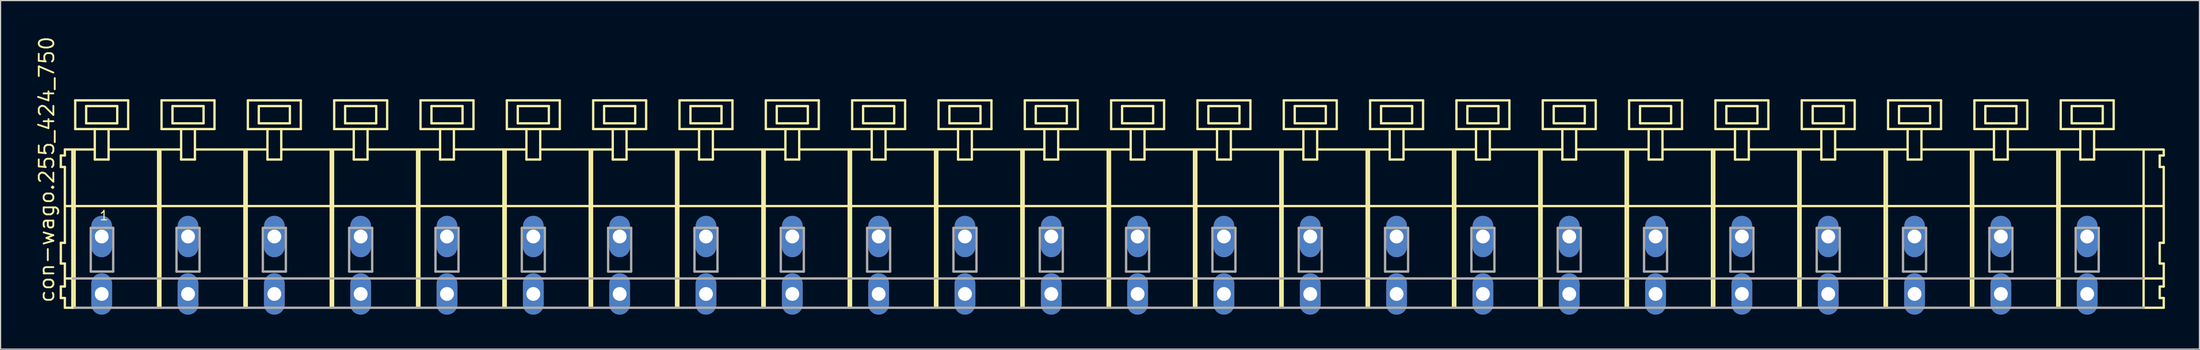
<source format=kicad_pcb>
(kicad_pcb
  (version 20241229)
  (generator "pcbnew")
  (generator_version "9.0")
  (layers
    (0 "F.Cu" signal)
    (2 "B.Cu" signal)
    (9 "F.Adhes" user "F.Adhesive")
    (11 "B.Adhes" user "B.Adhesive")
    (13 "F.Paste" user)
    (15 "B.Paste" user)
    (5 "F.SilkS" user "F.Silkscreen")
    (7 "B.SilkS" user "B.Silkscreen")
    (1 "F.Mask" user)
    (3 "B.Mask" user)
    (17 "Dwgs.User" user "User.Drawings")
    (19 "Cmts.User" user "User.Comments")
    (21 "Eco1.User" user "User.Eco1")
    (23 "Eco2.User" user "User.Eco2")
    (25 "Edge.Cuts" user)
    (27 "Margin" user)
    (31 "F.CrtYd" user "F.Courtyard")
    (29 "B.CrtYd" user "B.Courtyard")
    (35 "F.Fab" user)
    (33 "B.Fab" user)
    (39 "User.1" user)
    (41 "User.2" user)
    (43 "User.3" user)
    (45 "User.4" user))
  (footprint "con-wago.255_424_750"
    (layer "F.Cu")
    (at 93.285 17.533)
    (property "Reference" "con-wago.255_424_750" (at -91.535 5.855 90) (layer "F.SilkS") (effects (font (size 1.27 1.27) (thickness 0.16)) (justify left bottom)))
    (attr through_hole)
    (fp_line (start -91.05 -7.05) (end -91.05 -6.05) (stroke (width 0.203) (type default)) (layer "F.SilkS"))
    (fp_line (start -91.05 -6.05) (end -90.7 -6.05) (stroke (width 0.203) (type default)) (layer "F.SilkS"))
    (fp_line (start -91.05 0.55) (end -91.05 2.35) (stroke (width 0.203) (type default)) (layer "F.SilkS"))
    (fp_line (start -91.05 2.35) (end -90.7 2.35) (stroke (width 0.203) (type default)) (layer "F.SilkS"))
    (fp_line (start -91.05 4.35) (end -91.05 5.35) (stroke (width 0.203) (type default)) (layer "F.SilkS"))
    (fp_line (start -91.05 5.35) (end -90.7 5.35) (stroke (width 0.203) (type default)) (layer "F.SilkS"))
    (fp_line (start -90.7 -7.575) (end -90.7 -7.05) (stroke (width 0.203) (type default)) (layer "F.SilkS"))
    (fp_line (start -90.7 -7.575) (end -88.125 -7.575) (stroke (width 0.203) (type default)) (layer "F.SilkS"))
    (fp_line (start -90.7 -7.05) (end -91.05 -7.05) (stroke (width 0.203) (type default)) (layer "F.SilkS"))
    (fp_line (start -90.7 -6.05) (end -90.7 0.55) (stroke (width 0.203) (type default)) (layer "F.SilkS"))
    (fp_line (start -90.7 0.55) (end -91.05 0.55) (stroke (width 0.203) (type default)) (layer "F.SilkS"))
    (fp_line (start -90.7 2.35) (end -90.7 4.35) (stroke (width 0.203) (type default)) (layer "F.SilkS"))
    (fp_line (start -90.7 3.65) (end -90 3.65) (stroke (width 0.203) (type default)) (layer "F.SilkS"))
    (fp_line (start -90.7 4.35) (end -91.05 4.35) (stroke (width 0.203) (type default)) (layer "F.SilkS"))
    (fp_line (start -90.7 5.35) (end -90.7 6.2) (stroke (width 0.203) (type default)) (layer "F.SilkS"))
    (fp_line (start -90.7 6.2) (end -90.05 6.2) (stroke (width 0.203) (type default)) (layer "F.SilkS"))
    (fp_line (start -90.65 -2.65) (end 91.6 -2.65) (stroke (width 0.203) (type default)) (layer "F.SilkS"))
    (fp_line (start -90.05 -7.55) (end -90.05 6.2) (stroke (width 0.203) (type default)) (layer "F.SilkS"))
    (fp_line (start -90.05 6.2) (end -89.85 6.2) (stroke (width 0.203) (type default)) (layer "F.SilkS"))
    (fp_line (start -89.85 -7.55) (end -89.85 6.2) (stroke (width 0.203) (type default)) (layer "F.SilkS"))
    (fp_line (start -89.8 -11.85) (end -89.8 -9.35) (stroke (width 0.203) (type default)) (layer "F.SilkS"))
    (fp_line (start -89.8 -9.35) (end -88.1 -9.35) (stroke (width 0.203) (type default)) (layer "F.SilkS"))
    (fp_line (start -88.85 -11.35) (end -88.85 -9.85) (stroke (width 0.203) (type default)) (layer "F.SilkS"))
    (fp_line (start -88.85 -9.85) (end -86.15 -9.85) (stroke (width 0.203) (type default)) (layer "F.SilkS"))
    (fp_line (start -88.1 -9.35) (end -88.1 -6.7) (stroke (width 0.203) (type default)) (layer "F.SilkS"))
    (fp_line (start -88.1 -9.35) (end -86.9 -9.35) (stroke (width 0.203) (type default)) (layer "F.SilkS"))
    (fp_line (start -88.1 -6.7) (end -86.9 -6.7) (stroke (width 0.203) (type default)) (layer "F.SilkS"))
    (fp_line (start -86.9 -9.35) (end -85.2 -9.35) (stroke (width 0.203) (type default)) (layer "F.SilkS"))
    (fp_line (start -86.9 -6.7) (end -86.9 -9.35) (stroke (width 0.203) (type default)) (layer "F.SilkS"))
    (fp_line (start -86.825 -7.575) (end -80.625 -7.575) (stroke (width 0.203) (type default)) (layer "F.SilkS"))
    (fp_line (start -86.15 -11.35) (end -88.85 -11.35) (stroke (width 0.203) (type default)) (layer "F.SilkS"))
    (fp_line (start -86.15 -9.85) (end -86.15 -11.35) (stroke (width 0.203) (type default)) (layer "F.SilkS"))
    (fp_line (start -85.2 -11.85) (end -89.8 -11.85) (stroke (width 0.203) (type default)) (layer "F.SilkS"))
    (fp_line (start -85.2 -9.35) (end -85.2 -11.85) (stroke (width 0.203) (type default)) (layer "F.SilkS"))
    (fp_line (start -82.6 -7.55) (end -82.6 6.2) (stroke (width 0.203) (type default)) (layer "F.SilkS"))
    (fp_line (start -82.4 -7.55) (end -82.4 6.2) (stroke (width 0.203) (type default)) (layer "F.SilkS"))
    (fp_line (start -82.3 -11.85) (end -82.3 -9.35) (stroke (width 0.203) (type default)) (layer "F.SilkS"))
    (fp_line (start -82.3 -9.35) (end -80.6 -9.35) (stroke (width 0.203) (type default)) (layer "F.SilkS"))
    (fp_line (start -81.35 -11.35) (end -81.35 -9.85) (stroke (width 0.203) (type default)) (layer "F.SilkS"))
    (fp_line (start -81.35 -9.85) (end -78.65 -9.85) (stroke (width 0.203) (type default)) (layer "F.SilkS"))
    (fp_line (start -80.6 -9.35) (end -80.6 -6.7) (stroke (width 0.203) (type default)) (layer "F.SilkS"))
    (fp_line (start -80.6 -9.35) (end -79.4 -9.35) (stroke (width 0.203) (type default)) (layer "F.SilkS"))
    (fp_line (start -80.6 -6.7) (end -79.4 -6.7) (stroke (width 0.203) (type default)) (layer "F.SilkS"))
    (fp_line (start -79.4 -9.35) (end -77.7 -9.35) (stroke (width 0.203) (type default)) (layer "F.SilkS"))
    (fp_line (start -79.4 -6.7) (end -79.4 -9.35) (stroke (width 0.203) (type default)) (layer "F.SilkS"))
    (fp_line (start -79.325 -7.575) (end -73.125 -7.575) (stroke (width 0.203) (type default)) (layer "F.SilkS"))
    (fp_line (start -78.65 -11.35) (end -81.35 -11.35) (stroke (width 0.203) (type default)) (layer "F.SilkS"))
    (fp_line (start -78.65 -9.85) (end -78.65 -11.35) (stroke (width 0.203) (type default)) (layer "F.SilkS"))
    (fp_line (start -77.7 -11.85) (end -82.3 -11.85) (stroke (width 0.203) (type default)) (layer "F.SilkS"))
    (fp_line (start -77.7 -9.35) (end -77.7 -11.85) (stroke (width 0.203) (type default)) (layer "F.SilkS"))
    (fp_line (start -75.1 -7.55) (end -75.1 6.2) (stroke (width 0.203) (type default)) (layer "F.SilkS"))
    (fp_line (start -74.9 -7.55) (end -74.9 6.2) (stroke (width 0.203) (type default)) (layer "F.SilkS"))
    (fp_line (start -74.8 -11.85) (end -74.8 -9.35) (stroke (width 0.203) (type default)) (layer "F.SilkS"))
    (fp_line (start -74.8 -9.35) (end -73.1 -9.35) (stroke (width 0.203) (type default)) (layer "F.SilkS"))
    (fp_line (start -73.85 -11.35) (end -73.85 -9.85) (stroke (width 0.203) (type default)) (layer "F.SilkS"))
    (fp_line (start -73.85 -9.85) (end -71.15 -9.85) (stroke (width 0.203) (type default)) (layer "F.SilkS"))
    (fp_line (start -73.1 -9.35) (end -73.1 -6.7) (stroke (width 0.203) (type default)) (layer "F.SilkS"))
    (fp_line (start -73.1 -9.35) (end -71.9 -9.35) (stroke (width 0.203) (type default)) (layer "F.SilkS"))
    (fp_line (start -73.1 -6.7) (end -71.9 -6.7) (stroke (width 0.203) (type default)) (layer "F.SilkS"))
    (fp_line (start -71.9 -9.35) (end -70.2 -9.35) (stroke (width 0.203) (type default)) (layer "F.SilkS"))
    (fp_line (start -71.9 -6.7) (end -71.9 -9.35) (stroke (width 0.203) (type default)) (layer "F.SilkS"))
    (fp_line (start -71.825 -7.575) (end -65.625 -7.575) (stroke (width 0.203) (type default)) (layer "F.SilkS"))
    (fp_line (start -71.15 -11.35) (end -73.85 -11.35) (stroke (width 0.203) (type default)) (layer "F.SilkS"))
    (fp_line (start -71.15 -9.85) (end -71.15 -11.35) (stroke (width 0.203) (type default)) (layer "F.SilkS"))
    (fp_line (start -70.2 -11.85) (end -74.8 -11.85) (stroke (width 0.203) (type default)) (layer "F.SilkS"))
    (fp_line (start -70.2 -9.35) (end -70.2 -11.85) (stroke (width 0.203) (type default)) (layer "F.SilkS"))
    (fp_line (start -67.6 -7.55) (end -67.6 6.2) (stroke (width 0.203) (type default)) (layer "F.SilkS"))
    (fp_line (start -67.4 -7.55) (end -67.4 6.2) (stroke (width 0.203) (type default)) (layer "F.SilkS"))
    (fp_line (start -67.3 -11.85) (end -67.3 -9.35) (stroke (width 0.203) (type default)) (layer "F.SilkS"))
    (fp_line (start -67.3 -9.35) (end -65.6 -9.35) (stroke (width 0.203) (type default)) (layer "F.SilkS"))
    (fp_line (start -66.35 -11.35) (end -66.35 -9.85) (stroke (width 0.203) (type default)) (layer "F.SilkS"))
    (fp_line (start -66.35 -9.85) (end -63.65 -9.85) (stroke (width 0.203) (type default)) (layer "F.SilkS"))
    (fp_line (start -65.6 -9.35) (end -65.6 -6.7) (stroke (width 0.203) (type default)) (layer "F.SilkS"))
    (fp_line (start -65.6 -9.35) (end -64.4 -9.35) (stroke (width 0.203) (type default)) (layer "F.SilkS"))
    (fp_line (start -65.6 -6.7) (end -64.4 -6.7) (stroke (width 0.203) (type default)) (layer "F.SilkS"))
    (fp_line (start -64.4 -9.35) (end -62.7 -9.35) (stroke (width 0.203) (type default)) (layer "F.SilkS"))
    (fp_line (start -64.4 -6.7) (end -64.4 -9.35) (stroke (width 0.203) (type default)) (layer "F.SilkS"))
    (fp_line (start -64.325 -7.575) (end -58.125 -7.575) (stroke (width 0.203) (type default)) (layer "F.SilkS"))
    (fp_line (start -63.65 -11.35) (end -66.35 -11.35) (stroke (width 0.203) (type default)) (layer "F.SilkS"))
    (fp_line (start -63.65 -9.85) (end -63.65 -11.35) (stroke (width 0.203) (type default)) (layer "F.SilkS"))
    (fp_line (start -62.7 -11.85) (end -67.3 -11.85) (stroke (width 0.203) (type default)) (layer "F.SilkS"))
    (fp_line (start -62.7 -9.35) (end -62.7 -11.85) (stroke (width 0.203) (type default)) (layer "F.SilkS"))
    (fp_line (start -60.1 -7.55) (end -60.1 6.2) (stroke (width 0.203) (type default)) (layer "F.SilkS"))
    (fp_line (start -59.9 -7.55) (end -59.9 6.2) (stroke (width 0.203) (type default)) (layer "F.SilkS"))
    (fp_line (start -59.8 -11.85) (end -59.8 -9.35) (stroke (width 0.203) (type default)) (layer "F.SilkS"))
    (fp_line (start -59.8 -9.35) (end -58.1 -9.35) (stroke (width 0.203) (type default)) (layer "F.SilkS"))
    (fp_line (start -58.85 -11.35) (end -58.85 -9.85) (stroke (width 0.203) (type default)) (layer "F.SilkS"))
    (fp_line (start -58.85 -9.85) (end -56.15 -9.85) (stroke (width 0.203) (type default)) (layer "F.SilkS"))
    (fp_line (start -58.1 -9.35) (end -58.1 -6.7) (stroke (width 0.203) (type default)) (layer "F.SilkS"))
    (fp_line (start -58.1 -9.35) (end -56.9 -9.35) (stroke (width 0.203) (type default)) (layer "F.SilkS"))
    (fp_line (start -58.1 -6.7) (end -56.9 -6.7) (stroke (width 0.203) (type default)) (layer "F.SilkS"))
    (fp_line (start -56.9 -9.35) (end -55.2 -9.35) (stroke (width 0.203) (type default)) (layer "F.SilkS"))
    (fp_line (start -56.9 -6.7) (end -56.9 -9.35) (stroke (width 0.203) (type default)) (layer "F.SilkS"))
    (fp_line (start -56.825 -7.575) (end -50.625 -7.575) (stroke (width 0.203) (type default)) (layer "F.SilkS"))
    (fp_line (start -56.15 -11.35) (end -58.85 -11.35) (stroke (width 0.203) (type default)) (layer "F.SilkS"))
    (fp_line (start -56.15 -9.85) (end -56.15 -11.35) (stroke (width 0.203) (type default)) (layer "F.SilkS"))
    (fp_line (start -55.2 -11.85) (end -59.8 -11.85) (stroke (width 0.203) (type default)) (layer "F.SilkS"))
    (fp_line (start -55.2 -9.35) (end -55.2 -11.85) (stroke (width 0.203) (type default)) (layer "F.SilkS"))
    (fp_line (start -52.6 -7.55) (end -52.6 6.2) (stroke (width 0.203) (type default)) (layer "F.SilkS"))
    (fp_line (start -52.4 -7.55) (end -52.4 6.2) (stroke (width 0.203) (type default)) (layer "F.SilkS"))
    (fp_line (start -52.3 -11.85) (end -52.3 -9.35) (stroke (width 0.203) (type default)) (layer "F.SilkS"))
    (fp_line (start -52.3 -9.35) (end -50.6 -9.35) (stroke (width 0.203) (type default)) (layer "F.SilkS"))
    (fp_line (start -51.35 -11.35) (end -51.35 -9.85) (stroke (width 0.203) (type default)) (layer "F.SilkS"))
    (fp_line (start -51.35 -9.85) (end -48.65 -9.85) (stroke (width 0.203) (type default)) (layer "F.SilkS"))
    (fp_line (start -50.6 -9.35) (end -50.6 -6.7) (stroke (width 0.203) (type default)) (layer "F.SilkS"))
    (fp_line (start -50.6 -9.35) (end -49.4 -9.35) (stroke (width 0.203) (type default)) (layer "F.SilkS"))
    (fp_line (start -50.6 -6.7) (end -49.4 -6.7) (stroke (width 0.203) (type default)) (layer "F.SilkS"))
    (fp_line (start -49.4 -9.35) (end -47.7 -9.35) (stroke (width 0.203) (type default)) (layer "F.SilkS"))
    (fp_line (start -49.4 -6.7) (end -49.4 -9.35) (stroke (width 0.203) (type default)) (layer "F.SilkS"))
    (fp_line (start -49.325 -7.575) (end -43.125 -7.575) (stroke (width 0.203) (type default)) (layer "F.SilkS"))
    (fp_line (start -48.65 -11.35) (end -51.35 -11.35) (stroke (width 0.203) (type default)) (layer "F.SilkS"))
    (fp_line (start -48.65 -9.85) (end -48.65 -11.35) (stroke (width 0.203) (type default)) (layer "F.SilkS"))
    (fp_line (start -47.7 -11.85) (end -52.3 -11.85) (stroke (width 0.203) (type default)) (layer "F.SilkS"))
    (fp_line (start -47.7 -9.35) (end -47.7 -11.85) (stroke (width 0.203) (type default)) (layer "F.SilkS"))
    (fp_line (start -45.1 -7.55) (end -45.1 6.2) (stroke (width 0.203) (type default)) (layer "F.SilkS"))
    (fp_line (start -44.9 -7.55) (end -44.9 6.2) (stroke (width 0.203) (type default)) (layer "F.SilkS"))
    (fp_line (start -44.8 -11.85) (end -44.8 -9.35) (stroke (width 0.203) (type default)) (layer "F.SilkS"))
    (fp_line (start -44.8 -9.35) (end -43.1 -9.35) (stroke (width 0.203) (type default)) (layer "F.SilkS"))
    (fp_line (start -43.85 -11.35) (end -43.85 -9.85) (stroke (width 0.203) (type default)) (layer "F.SilkS"))
    (fp_line (start -43.85 -9.85) (end -41.15 -9.85) (stroke (width 0.203) (type default)) (layer "F.SilkS"))
    (fp_line (start -43.1 -9.35) (end -43.1 -6.7) (stroke (width 0.203) (type default)) (layer "F.SilkS"))
    (fp_line (start -43.1 -9.35) (end -41.9 -9.35) (stroke (width 0.203) (type default)) (layer "F.SilkS"))
    (fp_line (start -43.1 -6.7) (end -41.9 -6.7) (stroke (width 0.203) (type default)) (layer "F.SilkS"))
    (fp_line (start -41.9 -9.35) (end -40.2 -9.35) (stroke (width 0.203) (type default)) (layer "F.SilkS"))
    (fp_line (start -41.9 -6.7) (end -41.9 -9.35) (stroke (width 0.203) (type default)) (layer "F.SilkS"))
    (fp_line (start -41.825 -7.575) (end -35.625 -7.575) (stroke (width 0.203) (type default)) (layer "F.SilkS"))
    (fp_line (start -41.15 -11.35) (end -43.85 -11.35) (stroke (width 0.203) (type default)) (layer "F.SilkS"))
    (fp_line (start -41.15 -9.85) (end -41.15 -11.35) (stroke (width 0.203) (type default)) (layer "F.SilkS"))
    (fp_line (start -40.2 -11.85) (end -44.8 -11.85) (stroke (width 0.203) (type default)) (layer "F.SilkS"))
    (fp_line (start -40.2 -9.35) (end -40.2 -11.85) (stroke (width 0.203) (type default)) (layer "F.SilkS"))
    (fp_line (start -37.6 -7.55) (end -37.6 6.2) (stroke (width 0.203) (type default)) (layer "F.SilkS"))
    (fp_line (start -37.4 -7.55) (end -37.4 6.2) (stroke (width 0.203) (type default)) (layer "F.SilkS"))
    (fp_line (start -37.3 -11.85) (end -37.3 -9.35) (stroke (width 0.203) (type default)) (layer "F.SilkS"))
    (fp_line (start -37.3 -9.35) (end -35.6 -9.35) (stroke (width 0.203) (type default)) (layer "F.SilkS"))
    (fp_line (start -36.35 -11.35) (end -36.35 -9.85) (stroke (width 0.203) (type default)) (layer "F.SilkS"))
    (fp_line (start -36.35 -9.85) (end -33.65 -9.85) (stroke (width 0.203) (type default)) (layer "F.SilkS"))
    (fp_line (start -35.6 -9.35) (end -35.6 -6.7) (stroke (width 0.203) (type default)) (layer "F.SilkS"))
    (fp_line (start -35.6 -9.35) (end -34.4 -9.35) (stroke (width 0.203) (type default)) (layer "F.SilkS"))
    (fp_line (start -35.6 -6.7) (end -34.4 -6.7) (stroke (width 0.203) (type default)) (layer "F.SilkS"))
    (fp_line (start -34.4 -9.35) (end -32.7 -9.35) (stroke (width 0.203) (type default)) (layer "F.SilkS"))
    (fp_line (start -34.4 -6.7) (end -34.4 -9.35) (stroke (width 0.203) (type default)) (layer "F.SilkS"))
    (fp_line (start -34.325 -7.575) (end -28.125 -7.575) (stroke (width 0.203) (type default)) (layer "F.SilkS"))
    (fp_line (start -33.65 -11.35) (end -36.35 -11.35) (stroke (width 0.203) (type default)) (layer "F.SilkS"))
    (fp_line (start -33.65 -9.85) (end -33.65 -11.35) (stroke (width 0.203) (type default)) (layer "F.SilkS"))
    (fp_line (start -32.7 -11.85) (end -37.3 -11.85) (stroke (width 0.203) (type default)) (layer "F.SilkS"))
    (fp_line (start -32.7 -9.35) (end -32.7 -11.85) (stroke (width 0.203) (type default)) (layer "F.SilkS"))
    (fp_line (start -30.1 -7.55) (end -30.1 6.2) (stroke (width 0.203) (type default)) (layer "F.SilkS"))
    (fp_line (start -29.9 -7.55) (end -29.9 6.2) (stroke (width 0.203) (type default)) (layer "F.SilkS"))
    (fp_line (start -29.8 -11.85) (end -29.8 -9.35) (stroke (width 0.203) (type default)) (layer "F.SilkS"))
    (fp_line (start -29.8 -9.35) (end -28.1 -9.35) (stroke (width 0.203) (type default)) (layer "F.SilkS"))
    (fp_line (start -28.85 -11.35) (end -28.85 -9.85) (stroke (width 0.203) (type default)) (layer "F.SilkS"))
    (fp_line (start -28.85 -9.85) (end -26.15 -9.85) (stroke (width 0.203) (type default)) (layer "F.SilkS"))
    (fp_line (start -28.1 -9.35) (end -28.1 -6.7) (stroke (width 0.203) (type default)) (layer "F.SilkS"))
    (fp_line (start -28.1 -9.35) (end -26.9 -9.35) (stroke (width 0.203) (type default)) (layer "F.SilkS"))
    (fp_line (start -28.1 -6.7) (end -26.9 -6.7) (stroke (width 0.203) (type default)) (layer "F.SilkS"))
    (fp_line (start -26.9 -9.35) (end -25.2 -9.35) (stroke (width 0.203) (type default)) (layer "F.SilkS"))
    (fp_line (start -26.9 -6.7) (end -26.9 -9.35) (stroke (width 0.203) (type default)) (layer "F.SilkS"))
    (fp_line (start -26.825 -7.575) (end -20.625 -7.575) (stroke (width 0.203) (type default)) (layer "F.SilkS"))
    (fp_line (start -26.15 -11.35) (end -28.85 -11.35) (stroke (width 0.203) (type default)) (layer "F.SilkS"))
    (fp_line (start -26.15 -9.85) (end -26.15 -11.35) (stroke (width 0.203) (type default)) (layer "F.SilkS"))
    (fp_line (start -25.2 -11.85) (end -29.8 -11.85) (stroke (width 0.203) (type default)) (layer "F.SilkS"))
    (fp_line (start -25.2 -9.35) (end -25.2 -11.85) (stroke (width 0.203) (type default)) (layer "F.SilkS"))
    (fp_line (start -22.6 -7.55) (end -22.6 6.2) (stroke (width 0.203) (type default)) (layer "F.SilkS"))
    (fp_line (start -22.4 -7.55) (end -22.4 6.2) (stroke (width 0.203) (type default)) (layer "F.SilkS"))
    (fp_line (start -22.3 -11.85) (end -22.3 -9.35) (stroke (width 0.203) (type default)) (layer "F.SilkS"))
    (fp_line (start -22.3 -9.35) (end -20.6 -9.35) (stroke (width 0.203) (type default)) (layer "F.SilkS"))
    (fp_line (start -21.35 -11.35) (end -21.35 -9.85) (stroke (width 0.203) (type default)) (layer "F.SilkS"))
    (fp_line (start -21.35 -9.85) (end -18.65 -9.85) (stroke (width 0.203) (type default)) (layer "F.SilkS"))
    (fp_line (start -20.6 -9.35) (end -20.6 -6.7) (stroke (width 0.203) (type default)) (layer "F.SilkS"))
    (fp_line (start -20.6 -9.35) (end -19.4 -9.35) (stroke (width 0.203) (type default)) (layer "F.SilkS"))
    (fp_line (start -20.6 -6.7) (end -19.4 -6.7) (stroke (width 0.203) (type default)) (layer "F.SilkS"))
    (fp_line (start -19.4 -9.35) (end -17.7 -9.35) (stroke (width 0.203) (type default)) (layer "F.SilkS"))
    (fp_line (start -19.4 -6.7) (end -19.4 -9.35) (stroke (width 0.203) (type default)) (layer "F.SilkS"))
    (fp_line (start -19.325 -7.575) (end -13.125 -7.575) (stroke (width 0.203) (type default)) (layer "F.SilkS"))
    (fp_line (start -18.65 -11.35) (end -21.35 -11.35) (stroke (width 0.203) (type default)) (layer "F.SilkS"))
    (fp_line (start -18.65 -9.85) (end -18.65 -11.35) (stroke (width 0.203) (type default)) (layer "F.SilkS"))
    (fp_line (start -17.7 -11.85) (end -22.3 -11.85) (stroke (width 0.203) (type default)) (layer "F.SilkS"))
    (fp_line (start -17.7 -9.35) (end -17.7 -11.85) (stroke (width 0.203) (type default)) (layer "F.SilkS"))
    (fp_line (start -15.1 -7.55) (end -15.1 6.2) (stroke (width 0.203) (type default)) (layer "F.SilkS"))
    (fp_line (start -14.9 -7.55) (end -14.9 6.2) (stroke (width 0.203) (type default)) (layer "F.SilkS"))
    (fp_line (start -14.8 -11.85) (end -14.8 -9.35) (stroke (width 0.203) (type default)) (layer "F.SilkS"))
    (fp_line (start -14.8 -9.35) (end -13.1 -9.35) (stroke (width 0.203) (type default)) (layer "F.SilkS"))
    (fp_line (start -13.85 -11.35) (end -13.85 -9.85) (stroke (width 0.203) (type default)) (layer "F.SilkS"))
    (fp_line (start -13.85 -9.85) (end -11.15 -9.85) (stroke (width 0.203) (type default)) (layer "F.SilkS"))
    (fp_line (start -13.1 -9.35) (end -13.1 -6.7) (stroke (width 0.203) (type default)) (layer "F.SilkS"))
    (fp_line (start -13.1 -9.35) (end -11.9 -9.35) (stroke (width 0.203) (type default)) (layer "F.SilkS"))
    (fp_line (start -13.1 -6.7) (end -11.9 -6.7) (stroke (width 0.203) (type default)) (layer "F.SilkS"))
    (fp_line (start -11.9 -9.35) (end -10.2 -9.35) (stroke (width 0.203) (type default)) (layer "F.SilkS"))
    (fp_line (start -11.9 -6.7) (end -11.9 -9.35) (stroke (width 0.203) (type default)) (layer "F.SilkS"))
    (fp_line (start -11.825 -7.575) (end -5.625 -7.575) (stroke (width 0.203) (type default)) (layer "F.SilkS"))
    (fp_line (start -11.15 -11.35) (end -13.85 -11.35) (stroke (width 0.203) (type default)) (layer "F.SilkS"))
    (fp_line (start -11.15 -9.85) (end -11.15 -11.35) (stroke (width 0.203) (type default)) (layer "F.SilkS"))
    (fp_line (start -10.2 -11.85) (end -14.8 -11.85) (stroke (width 0.203) (type default)) (layer "F.SilkS"))
    (fp_line (start -10.2 -9.35) (end -10.2 -11.85) (stroke (width 0.203) (type default)) (layer "F.SilkS"))
    (fp_line (start -7.6 -7.55) (end -7.6 6.2) (stroke (width 0.203) (type default)) (layer "F.SilkS"))
    (fp_line (start -7.4 -7.55) (end -7.4 6.2) (stroke (width 0.203) (type default)) (layer "F.SilkS"))
    (fp_line (start -7.3 -11.85) (end -7.3 -9.35) (stroke (width 0.203) (type default)) (layer "F.SilkS"))
    (fp_line (start -7.3 -9.35) (end -5.6 -9.35) (stroke (width 0.203) (type default)) (layer "F.SilkS"))
    (fp_line (start -6.35 -11.35) (end -6.35 -9.85) (stroke (width 0.203) (type default)) (layer "F.SilkS"))
    (fp_line (start -6.35 -9.85) (end -3.65 -9.85) (stroke (width 0.203) (type default)) (layer "F.SilkS"))
    (fp_line (start -5.6 -9.35) (end -5.6 -6.7) (stroke (width 0.203) (type default)) (layer "F.SilkS"))
    (fp_line (start -5.6 -9.35) (end -4.4 -9.35) (stroke (width 0.203) (type default)) (layer "F.SilkS"))
    (fp_line (start -5.6 -6.7) (end -4.4 -6.7) (stroke (width 0.203) (type default)) (layer "F.SilkS"))
    (fp_line (start -4.4 -9.35) (end -2.7 -9.35) (stroke (width 0.203) (type default)) (layer "F.SilkS"))
    (fp_line (start -4.4 -6.7) (end -4.4 -9.35) (stroke (width 0.203) (type default)) (layer "F.SilkS"))
    (fp_line (start -4.325 -7.575) (end 1.875 -7.575) (stroke (width 0.203) (type default)) (layer "F.SilkS"))
    (fp_line (start -3.65 -11.35) (end -6.35 -11.35) (stroke (width 0.203) (type default)) (layer "F.SilkS"))
    (fp_line (start -3.65 -9.85) (end -3.65 -11.35) (stroke (width 0.203) (type default)) (layer "F.SilkS"))
    (fp_line (start -2.7 -11.85) (end -7.3 -11.85) (stroke (width 0.203) (type default)) (layer "F.SilkS"))
    (fp_line (start -2.7 -9.35) (end -2.7 -11.85) (stroke (width 0.203) (type default)) (layer "F.SilkS"))
    (fp_line (start -0.1 -7.55) (end -0.1 6.2) (stroke (width 0.203) (type default)) (layer "F.SilkS"))
    (fp_line (start 0.1 -7.55) (end 0.1 6.2) (stroke (width 0.203) (type default)) (layer "F.SilkS"))
    (fp_line (start 0.2 -11.85) (end 0.2 -9.35) (stroke (width 0.203) (type default)) (layer "F.SilkS"))
    (fp_line (start 0.2 -9.35) (end 1.9 -9.35) (stroke (width 0.203) (type default)) (layer "F.SilkS"))
    (fp_line (start 1.15 -11.35) (end 1.15 -9.85) (stroke (width 0.203) (type default)) (layer "F.SilkS"))
    (fp_line (start 1.15 -9.85) (end 3.85 -9.85) (stroke (width 0.203) (type default)) (layer "F.SilkS"))
    (fp_line (start 1.9 -9.35) (end 1.9 -6.7) (stroke (width 0.203) (type default)) (layer "F.SilkS"))
    (fp_line (start 1.9 -9.35) (end 3.1 -9.35) (stroke (width 0.203) (type default)) (layer "F.SilkS"))
    (fp_line (start 1.9 -6.7) (end 3.1 -6.7) (stroke (width 0.203) (type default)) (layer "F.SilkS"))
    (fp_line (start 3.1 -9.35) (end 4.8 -9.35) (stroke (width 0.203) (type default)) (layer "F.SilkS"))
    (fp_line (start 3.1 -6.7) (end 3.1 -9.35) (stroke (width 0.203) (type default)) (layer "F.SilkS"))
    (fp_line (start 3.175 -7.575) (end 9.375 -7.575) (stroke (width 0.203) (type default)) (layer "F.SilkS"))
    (fp_line (start 3.85 -11.35) (end 1.15 -11.35) (stroke (width 0.203) (type default)) (layer "F.SilkS"))
    (fp_line (start 3.85 -9.85) (end 3.85 -11.35) (stroke (width 0.203) (type default)) (layer "F.SilkS"))
    (fp_line (start 4.8 -11.85) (end 0.2 -11.85) (stroke (width 0.203) (type default)) (layer "F.SilkS"))
    (fp_line (start 4.8 -9.35) (end 4.8 -11.85) (stroke (width 0.203) (type default)) (layer "F.SilkS"))
    (fp_line (start 7.4 -7.55) (end 7.4 6.2) (stroke (width 0.203) (type default)) (layer "F.SilkS"))
    (fp_line (start 7.6 -7.55) (end 7.6 6.2) (stroke (width 0.203) (type default)) (layer "F.SilkS"))
    (fp_line (start 7.7 -11.85) (end 7.7 -9.35) (stroke (width 0.203) (type default)) (layer "F.SilkS"))
    (fp_line (start 7.7 -9.35) (end 9.4 -9.35) (stroke (width 0.203) (type default)) (layer "F.SilkS"))
    (fp_line (start 8.65 -11.35) (end 8.65 -9.85) (stroke (width 0.203) (type default)) (layer "F.SilkS"))
    (fp_line (start 8.65 -9.85) (end 11.35 -9.85) (stroke (width 0.203) (type default)) (layer "F.SilkS"))
    (fp_line (start 9.4 -9.35) (end 9.4 -6.7) (stroke (width 0.203) (type default)) (layer "F.SilkS"))
    (fp_line (start 9.4 -9.35) (end 10.6 -9.35) (stroke (width 0.203) (type default)) (layer "F.SilkS"))
    (fp_line (start 9.4 -6.7) (end 10.6 -6.7) (stroke (width 0.203) (type default)) (layer "F.SilkS"))
    (fp_line (start 10.6 -9.35) (end 12.3 -9.35) (stroke (width 0.203) (type default)) (layer "F.SilkS"))
    (fp_line (start 10.6 -6.7) (end 10.6 -9.35) (stroke (width 0.203) (type default)) (layer "F.SilkS"))
    (fp_line (start 10.675 -7.575) (end 16.875 -7.575) (stroke (width 0.203) (type default)) (layer "F.SilkS"))
    (fp_line (start 11.35 -11.35) (end 8.65 -11.35) (stroke (width 0.203) (type default)) (layer "F.SilkS"))
    (fp_line (start 11.35 -9.85) (end 11.35 -11.35) (stroke (width 0.203) (type default)) (layer "F.SilkS"))
    (fp_line (start 12.3 -11.85) (end 7.7 -11.85) (stroke (width 0.203) (type default)) (layer "F.SilkS"))
    (fp_line (start 12.3 -9.35) (end 12.3 -11.85) (stroke (width 0.203) (type default)) (layer "F.SilkS"))
    (fp_line (start 14.9 -7.55) (end 14.9 6.2) (stroke (width 0.203) (type default)) (layer "F.SilkS"))
    (fp_line (start 15.1 -7.55) (end 15.1 6.2) (stroke (width 0.203) (type default)) (layer "F.SilkS"))
    (fp_line (start 15.2 -11.85) (end 15.2 -9.35) (stroke (width 0.203) (type default)) (layer "F.SilkS"))
    (fp_line (start 15.2 -9.35) (end 16.9 -9.35) (stroke (width 0.203) (type default)) (layer "F.SilkS"))
    (fp_line (start 16.15 -11.35) (end 16.15 -9.85) (stroke (width 0.203) (type default)) (layer "F.SilkS"))
    (fp_line (start 16.15 -9.85) (end 18.85 -9.85) (stroke (width 0.203) (type default)) (layer "F.SilkS"))
    (fp_line (start 16.9 -9.35) (end 16.9 -6.7) (stroke (width 0.203) (type default)) (layer "F.SilkS"))
    (fp_line (start 16.9 -9.35) (end 18.1 -9.35) (stroke (width 0.203) (type default)) (layer "F.SilkS"))
    (fp_line (start 16.9 -6.7) (end 18.1 -6.7) (stroke (width 0.203) (type default)) (layer "F.SilkS"))
    (fp_line (start 18.1 -9.35) (end 19.8 -9.35) (stroke (width 0.203) (type default)) (layer "F.SilkS"))
    (fp_line (start 18.1 -6.7) (end 18.1 -9.35) (stroke (width 0.203) (type default)) (layer "F.SilkS"))
    (fp_line (start 18.175 -7.575) (end 24.375 -7.575) (stroke (width 0.203) (type default)) (layer "F.SilkS"))
    (fp_line (start 18.85 -11.35) (end 16.15 -11.35) (stroke (width 0.203) (type default)) (layer "F.SilkS"))
    (fp_line (start 18.85 -9.85) (end 18.85 -11.35) (stroke (width 0.203) (type default)) (layer "F.SilkS"))
    (fp_line (start 19.8 -11.85) (end 15.2 -11.85) (stroke (width 0.203) (type default)) (layer "F.SilkS"))
    (fp_line (start 19.8 -9.35) (end 19.8 -11.85) (stroke (width 0.203) (type default)) (layer "F.SilkS"))
    (fp_line (start 22.4 -7.55) (end 22.4 6.2) (stroke (width 0.203) (type default)) (layer "F.SilkS"))
    (fp_line (start 22.6 -7.55) (end 22.6 6.2) (stroke (width 0.203) (type default)) (layer "F.SilkS"))
    (fp_line (start 22.7 -11.85) (end 22.7 -9.35) (stroke (width 0.203) (type default)) (layer "F.SilkS"))
    (fp_line (start 22.7 -9.35) (end 24.4 -9.35) (stroke (width 0.203) (type default)) (layer "F.SilkS"))
    (fp_line (start 23.65 -11.35) (end 23.65 -9.85) (stroke (width 0.203) (type default)) (layer "F.SilkS"))
    (fp_line (start 23.65 -9.85) (end 26.35 -9.85) (stroke (width 0.203) (type default)) (layer "F.SilkS"))
    (fp_line (start 24.4 -9.35) (end 24.4 -6.7) (stroke (width 0.203) (type default)) (layer "F.SilkS"))
    (fp_line (start 24.4 -9.35) (end 25.6 -9.35) (stroke (width 0.203) (type default)) (layer "F.SilkS"))
    (fp_line (start 24.4 -6.7) (end 25.6 -6.7) (stroke (width 0.203) (type default)) (layer "F.SilkS"))
    (fp_line (start 25.6 -9.35) (end 27.3 -9.35) (stroke (width 0.203) (type default)) (layer "F.SilkS"))
    (fp_line (start 25.6 -6.7) (end 25.6 -9.35) (stroke (width 0.203) (type default)) (layer "F.SilkS"))
    (fp_line (start 25.675 -7.575) (end 31.875 -7.575) (stroke (width 0.203) (type default)) (layer "F.SilkS"))
    (fp_line (start 26.35 -11.35) (end 23.65 -11.35) (stroke (width 0.203) (type default)) (layer "F.SilkS"))
    (fp_line (start 26.35 -9.85) (end 26.35 -11.35) (stroke (width 0.203) (type default)) (layer "F.SilkS"))
    (fp_line (start 27.3 -11.85) (end 22.7 -11.85) (stroke (width 0.203) (type default)) (layer "F.SilkS"))
    (fp_line (start 27.3 -9.35) (end 27.3 -11.85) (stroke (width 0.203) (type default)) (layer "F.SilkS"))
    (fp_line (start 29.9 -7.55) (end 29.9 6.2) (stroke (width 0.203) (type default)) (layer "F.SilkS"))
    (fp_line (start 30.1 -7.55) (end 30.1 6.2) (stroke (width 0.203) (type default)) (layer "F.SilkS"))
    (fp_line (start 30.2 -11.85) (end 30.2 -9.35) (stroke (width 0.203) (type default)) (layer "F.SilkS"))
    (fp_line (start 30.2 -9.35) (end 31.9 -9.35) (stroke (width 0.203) (type default)) (layer "F.SilkS"))
    (fp_line (start 31.15 -11.35) (end 31.15 -9.85) (stroke (width 0.203) (type default)) (layer "F.SilkS"))
    (fp_line (start 31.15 -9.85) (end 33.85 -9.85) (stroke (width 0.203) (type default)) (layer "F.SilkS"))
    (fp_line (start 31.9 -9.35) (end 31.9 -6.7) (stroke (width 0.203) (type default)) (layer "F.SilkS"))
    (fp_line (start 31.9 -9.35) (end 33.1 -9.35) (stroke (width 0.203) (type default)) (layer "F.SilkS"))
    (fp_line (start 31.9 -6.7) (end 33.1 -6.7) (stroke (width 0.203) (type default)) (layer "F.SilkS"))
    (fp_line (start 33.1 -9.35) (end 34.8 -9.35) (stroke (width 0.203) (type default)) (layer "F.SilkS"))
    (fp_line (start 33.1 -6.7) (end 33.1 -9.35) (stroke (width 0.203) (type default)) (layer "F.SilkS"))
    (fp_line (start 33.175 -7.575) (end 39.375 -7.575) (stroke (width 0.203) (type default)) (layer "F.SilkS"))
    (fp_line (start 33.85 -11.35) (end 31.15 -11.35) (stroke (width 0.203) (type default)) (layer "F.SilkS"))
    (fp_line (start 33.85 -9.85) (end 33.85 -11.35) (stroke (width 0.203) (type default)) (layer "F.SilkS"))
    (fp_line (start 34.8 -11.85) (end 30.2 -11.85) (stroke (width 0.203) (type default)) (layer "F.SilkS"))
    (fp_line (start 34.8 -9.35) (end 34.8 -11.85) (stroke (width 0.203) (type default)) (layer "F.SilkS"))
    (fp_line (start 37.4 -7.55) (end 37.4 6.2) (stroke (width 0.203) (type default)) (layer "F.SilkS"))
    (fp_line (start 37.6 -7.55) (end 37.6 6.2) (stroke (width 0.203) (type default)) (layer "F.SilkS"))
    (fp_line (start 37.7 -11.85) (end 37.7 -9.35) (stroke (width 0.203) (type default)) (layer "F.SilkS"))
    (fp_line (start 37.7 -9.35) (end 39.4 -9.35) (stroke (width 0.203) (type default)) (layer "F.SilkS"))
    (fp_line (start 38.65 -11.35) (end 38.65 -9.85) (stroke (width 0.203) (type default)) (layer "F.SilkS"))
    (fp_line (start 38.65 -9.85) (end 41.35 -9.85) (stroke (width 0.203) (type default)) (layer "F.SilkS"))
    (fp_line (start 39.4 -9.35) (end 39.4 -6.7) (stroke (width 0.203) (type default)) (layer "F.SilkS"))
    (fp_line (start 39.4 -9.35) (end 40.6 -9.35) (stroke (width 0.203) (type default)) (layer "F.SilkS"))
    (fp_line (start 39.4 -6.7) (end 40.6 -6.7) (stroke (width 0.203) (type default)) (layer "F.SilkS"))
    (fp_line (start 40.6 -9.35) (end 42.3 -9.35) (stroke (width 0.203) (type default)) (layer "F.SilkS"))
    (fp_line (start 40.6 -6.7) (end 40.6 -9.35) (stroke (width 0.203) (type default)) (layer "F.SilkS"))
    (fp_line (start 40.675 -7.575) (end 46.875 -7.575) (stroke (width 0.203) (type default)) (layer "F.SilkS"))
    (fp_line (start 41.35 -11.35) (end 38.65 -11.35) (stroke (width 0.203) (type default)) (layer "F.SilkS"))
    (fp_line (start 41.35 -9.85) (end 41.35 -11.35) (stroke (width 0.203) (type default)) (layer "F.SilkS"))
    (fp_line (start 42.3 -11.85) (end 37.7 -11.85) (stroke (width 0.203) (type default)) (layer "F.SilkS"))
    (fp_line (start 42.3 -9.35) (end 42.3 -11.85) (stroke (width 0.203) (type default)) (layer "F.SilkS"))
    (fp_line (start 44.9 -7.55) (end 44.9 6.2) (stroke (width 0.203) (type default)) (layer "F.SilkS"))
    (fp_line (start 45.1 -7.55) (end 45.1 6.2) (stroke (width 0.203) (type default)) (layer "F.SilkS"))
    (fp_line (start 45.2 -11.85) (end 45.2 -9.35) (stroke (width 0.203) (type default)) (layer "F.SilkS"))
    (fp_line (start 45.2 -9.35) (end 46.9 -9.35) (stroke (width 0.203) (type default)) (layer "F.SilkS"))
    (fp_line (start 46.15 -11.35) (end 46.15 -9.85) (stroke (width 0.203) (type default)) (layer "F.SilkS"))
    (fp_line (start 46.15 -9.85) (end 48.85 -9.85) (stroke (width 0.203) (type default)) (layer "F.SilkS"))
    (fp_line (start 46.9 -9.35) (end 46.9 -6.7) (stroke (width 0.203) (type default)) (layer "F.SilkS"))
    (fp_line (start 46.9 -9.35) (end 48.1 -9.35) (stroke (width 0.203) (type default)) (layer "F.SilkS"))
    (fp_line (start 46.9 -6.7) (end 48.1 -6.7) (stroke (width 0.203) (type default)) (layer "F.SilkS"))
    (fp_line (start 48.1 -9.35) (end 49.8 -9.35) (stroke (width 0.203) (type default)) (layer "F.SilkS"))
    (fp_line (start 48.1 -6.7) (end 48.1 -9.35) (stroke (width 0.203) (type default)) (layer "F.SilkS"))
    (fp_line (start 48.175 -7.575) (end 54.375 -7.575) (stroke (width 0.203) (type default)) (layer "F.SilkS"))
    (fp_line (start 48.85 -11.35) (end 46.15 -11.35) (stroke (width 0.203) (type default)) (layer "F.SilkS"))
    (fp_line (start 48.85 -9.85) (end 48.85 -11.35) (stroke (width 0.203) (type default)) (layer "F.SilkS"))
    (fp_line (start 49.8 -11.85) (end 45.2 -11.85) (stroke (width 0.203) (type default)) (layer "F.SilkS"))
    (fp_line (start 49.8 -9.35) (end 49.8 -11.85) (stroke (width 0.203) (type default)) (layer "F.SilkS"))
    (fp_line (start 52.4 -7.55) (end 52.4 6.2) (stroke (width 0.203) (type default)) (layer "F.SilkS"))
    (fp_line (start 52.6 -7.55) (end 52.6 6.2) (stroke (width 0.203) (type default)) (layer "F.SilkS"))
    (fp_line (start 52.7 -11.85) (end 52.7 -9.35) (stroke (width 0.203) (type default)) (layer "F.SilkS"))
    (fp_line (start 52.7 -9.35) (end 54.4 -9.35) (stroke (width 0.203) (type default)) (layer "F.SilkS"))
    (fp_line (start 53.65 -11.35) (end 53.65 -9.85) (stroke (width 0.203) (type default)) (layer "F.SilkS"))
    (fp_line (start 53.65 -9.85) (end 56.35 -9.85) (stroke (width 0.203) (type default)) (layer "F.SilkS"))
    (fp_line (start 54.4 -9.35) (end 54.4 -6.7) (stroke (width 0.203) (type default)) (layer "F.SilkS"))
    (fp_line (start 54.4 -9.35) (end 55.6 -9.35) (stroke (width 0.203) (type default)) (layer "F.SilkS"))
    (fp_line (start 54.4 -6.7) (end 55.6 -6.7) (stroke (width 0.203) (type default)) (layer "F.SilkS"))
    (fp_line (start 55.6 -9.35) (end 57.3 -9.35) (stroke (width 0.203) (type default)) (layer "F.SilkS"))
    (fp_line (start 55.6 -6.7) (end 55.6 -9.35) (stroke (width 0.203) (type default)) (layer "F.SilkS"))
    (fp_line (start 55.675 -7.575) (end 61.875 -7.575) (stroke (width 0.203) (type default)) (layer "F.SilkS"))
    (fp_line (start 56.35 -11.35) (end 53.65 -11.35) (stroke (width 0.203) (type default)) (layer "F.SilkS"))
    (fp_line (start 56.35 -9.85) (end 56.35 -11.35) (stroke (width 0.203) (type default)) (layer "F.SilkS"))
    (fp_line (start 57.3 -11.85) (end 52.7 -11.85) (stroke (width 0.203) (type default)) (layer "F.SilkS"))
    (fp_line (start 57.3 -9.35) (end 57.3 -11.85) (stroke (width 0.203) (type default)) (layer "F.SilkS"))
    (fp_line (start 59.9 -7.55) (end 59.9 6.2) (stroke (width 0.203) (type default)) (layer "F.SilkS"))
    (fp_line (start 60.1 -7.55) (end 60.1 6.2) (stroke (width 0.203) (type default)) (layer "F.SilkS"))
    (fp_line (start 60.2 -11.85) (end 60.2 -9.35) (stroke (width 0.203) (type default)) (layer "F.SilkS"))
    (fp_line (start 60.2 -9.35) (end 61.9 -9.35) (stroke (width 0.203) (type default)) (layer "F.SilkS"))
    (fp_line (start 61.15 -11.35) (end 61.15 -9.85) (stroke (width 0.203) (type default)) (layer "F.SilkS"))
    (fp_line (start 61.15 -9.85) (end 63.85 -9.85) (stroke (width 0.203) (type default)) (layer "F.SilkS"))
    (fp_line (start 61.9 -9.35) (end 61.9 -6.7) (stroke (width 0.203) (type default)) (layer "F.SilkS"))
    (fp_line (start 61.9 -9.35) (end 63.1 -9.35) (stroke (width 0.203) (type default)) (layer "F.SilkS"))
    (fp_line (start 61.9 -6.7) (end 63.1 -6.7) (stroke (width 0.203) (type default)) (layer "F.SilkS"))
    (fp_line (start 63.1 -9.35) (end 64.8 -9.35) (stroke (width 0.203) (type default)) (layer "F.SilkS"))
    (fp_line (start 63.1 -6.7) (end 63.1 -9.35) (stroke (width 0.203) (type default)) (layer "F.SilkS"))
    (fp_line (start 63.175 -7.575) (end 69.375 -7.575) (stroke (width 0.203) (type default)) (layer "F.SilkS"))
    (fp_line (start 63.85 -11.35) (end 61.15 -11.35) (stroke (width 0.203) (type default)) (layer "F.SilkS"))
    (fp_line (start 63.85 -9.85) (end 63.85 -11.35) (stroke (width 0.203) (type default)) (layer "F.SilkS"))
    (fp_line (start 64.8 -11.85) (end 60.2 -11.85) (stroke (width 0.203) (type default)) (layer "F.SilkS"))
    (fp_line (start 64.8 -9.35) (end 64.8 -11.85) (stroke (width 0.203) (type default)) (layer "F.SilkS"))
    (fp_line (start 67.4 -7.55) (end 67.4 6.2) (stroke (width 0.203) (type default)) (layer "F.SilkS"))
    (fp_line (start 67.6 -7.55) (end 67.6 6.2) (stroke (width 0.203) (type default)) (layer "F.SilkS"))
    (fp_line (start 67.7 -11.85) (end 67.7 -9.35) (stroke (width 0.203) (type default)) (layer "F.SilkS"))
    (fp_line (start 67.7 -9.35) (end 69.4 -9.35) (stroke (width 0.203) (type default)) (layer "F.SilkS"))
    (fp_line (start 68.65 -11.35) (end 68.65 -9.85) (stroke (width 0.203) (type default)) (layer "F.SilkS"))
    (fp_line (start 68.65 -9.85) (end 71.35 -9.85) (stroke (width 0.203) (type default)) (layer "F.SilkS"))
    (fp_line (start 69.4 -9.35) (end 69.4 -6.7) (stroke (width 0.203) (type default)) (layer "F.SilkS"))
    (fp_line (start 69.4 -9.35) (end 70.6 -9.35) (stroke (width 0.203) (type default)) (layer "F.SilkS"))
    (fp_line (start 69.4 -6.7) (end 70.6 -6.7) (stroke (width 0.203) (type default)) (layer "F.SilkS"))
    (fp_line (start 70.6 -9.35) (end 72.3 -9.35) (stroke (width 0.203) (type default)) (layer "F.SilkS"))
    (fp_line (start 70.6 -6.7) (end 70.6 -9.35) (stroke (width 0.203) (type default)) (layer "F.SilkS"))
    (fp_line (start 70.675 -7.575) (end 76.875 -7.575) (stroke (width 0.203) (type default)) (layer "F.SilkS"))
    (fp_line (start 71.35 -11.35) (end 68.65 -11.35) (stroke (width 0.203) (type default)) (layer "F.SilkS"))
    (fp_line (start 71.35 -9.85) (end 71.35 -11.35) (stroke (width 0.203) (type default)) (layer "F.SilkS"))
    (fp_line (start 72.3 -11.85) (end 67.7 -11.85) (stroke (width 0.203) (type default)) (layer "F.SilkS"))
    (fp_line (start 72.3 -9.35) (end 72.3 -11.85) (stroke (width 0.203) (type default)) (layer "F.SilkS"))
    (fp_line (start 74.9 -7.55) (end 74.9 6.2) (stroke (width 0.203) (type default)) (layer "F.SilkS"))
    (fp_line (start 75.1 -7.55) (end 75.1 6.2) (stroke (width 0.203) (type default)) (layer "F.SilkS"))
    (fp_line (start 75.2 -11.85) (end 75.2 -9.35) (stroke (width 0.203) (type default)) (layer "F.SilkS"))
    (fp_line (start 75.2 -9.35) (end 76.9 -9.35) (stroke (width 0.203) (type default)) (layer "F.SilkS"))
    (fp_line (start 76.15 -11.35) (end 76.15 -9.85) (stroke (width 0.203) (type default)) (layer "F.SilkS"))
    (fp_line (start 76.15 -9.85) (end 78.85 -9.85) (stroke (width 0.203) (type default)) (layer "F.SilkS"))
    (fp_line (start 76.9 -9.35) (end 76.9 -6.7) (stroke (width 0.203) (type default)) (layer "F.SilkS"))
    (fp_line (start 76.9 -9.35) (end 78.1 -9.35) (stroke (width 0.203) (type default)) (layer "F.SilkS"))
    (fp_line (start 76.9 -6.7) (end 78.1 -6.7) (stroke (width 0.203) (type default)) (layer "F.SilkS"))
    (fp_line (start 78.1 -9.35) (end 79.8 -9.35) (stroke (width 0.203) (type default)) (layer "F.SilkS"))
    (fp_line (start 78.1 -6.7) (end 78.1 -9.35) (stroke (width 0.203) (type default)) (layer "F.SilkS"))
    (fp_line (start 78.175 -7.575) (end 84.375 -7.575) (stroke (width 0.203) (type default)) (layer "F.SilkS"))
    (fp_line (start 78.85 -11.35) (end 76.15 -11.35) (stroke (width 0.203) (type default)) (layer "F.SilkS"))
    (fp_line (start 78.85 -9.85) (end 78.85 -11.35) (stroke (width 0.203) (type default)) (layer "F.SilkS"))
    (fp_line (start 79.8 -11.85) (end 75.2 -11.85) (stroke (width 0.203) (type default)) (layer "F.SilkS"))
    (fp_line (start 79.8 -9.35) (end 79.8 -11.85) (stroke (width 0.203) (type default)) (layer "F.SilkS"))
    (fp_line (start 82.4 -7.55) (end 82.4 6.2) (stroke (width 0.203) (type default)) (layer "F.SilkS"))
    (fp_line (start 82.6 -7.55) (end 82.6 6.2) (stroke (width 0.203) (type default)) (layer "F.SilkS"))
    (fp_line (start 82.7 -11.85) (end 82.7 -9.35) (stroke (width 0.203) (type default)) (layer "F.SilkS"))
    (fp_line (start 82.7 -9.35) (end 84.4 -9.35) (stroke (width 0.203) (type default)) (layer "F.SilkS"))
    (fp_line (start 83.65 -11.35) (end 83.65 -9.85) (stroke (width 0.203) (type default)) (layer "F.SilkS"))
    (fp_line (start 83.65 -9.85) (end 86.35 -9.85) (stroke (width 0.203) (type default)) (layer "F.SilkS"))
    (fp_line (start 84.4 -9.35) (end 84.4 -6.7) (stroke (width 0.203) (type default)) (layer "F.SilkS"))
    (fp_line (start 84.4 -9.35) (end 85.6 -9.35) (stroke (width 0.203) (type default)) (layer "F.SilkS"))
    (fp_line (start 84.4 -6.7) (end 85.6 -6.7) (stroke (width 0.203) (type default)) (layer "F.SilkS"))
    (fp_line (start 85.6 -9.35) (end 87.3 -9.35) (stroke (width 0.203) (type default)) (layer "F.SilkS"))
    (fp_line (start 85.6 -6.7) (end 85.6 -9.35) (stroke (width 0.203) (type default)) (layer "F.SilkS"))
    (fp_line (start 85.625 -7.575) (end 91.625 -7.575) (stroke (width 0.203) (type default)) (layer "F.SilkS"))
    (fp_line (start 86.35 -11.35) (end 83.65 -11.35) (stroke (width 0.203) (type default)) (layer "F.SilkS"))
    (fp_line (start 86.35 -9.85) (end 86.35 -11.35) (stroke (width 0.203) (type default)) (layer "F.SilkS"))
    (fp_line (start 87.3 -11.85) (end 82.7 -11.85) (stroke (width 0.203) (type default)) (layer "F.SilkS"))
    (fp_line (start 87.3 -9.35) (end 87.3 -11.85) (stroke (width 0.203) (type default)) (layer "F.SilkS"))
    (fp_line (start 89.9 -7.55) (end 89.9 6.2) (stroke (width 0.203) (type default)) (layer "F.SilkS"))
    (fp_line (start 89.9 6.2) (end 91.65 6.2) (stroke (width 0.203) (type default)) (layer "F.SilkS"))
    (fp_line (start 89.95 3.65) (end 91.65 3.65) (stroke (width 0.203) (type default)) (layer "F.SilkS"))
    (fp_line (start 91.3 -7.05) (end 91.3 -6.05) (stroke (width 0.203) (type default)) (layer "F.SilkS"))
    (fp_line (start 91.3 -6.05) (end 91.65 -6.05) (stroke (width 0.203) (type default)) (layer "F.SilkS"))
    (fp_line (start 91.3 0.55) (end 91.3 2.35) (stroke (width 0.203) (type default)) (layer "F.SilkS"))
    (fp_line (start 91.3 2.35) (end 91.65 2.35) (stroke (width 0.203) (type default)) (layer "F.SilkS"))
    (fp_line (start 91.3 4.35) (end 91.3 5.35) (stroke (width 0.203) (type default)) (layer "F.SilkS"))
    (fp_line (start 91.3 5.35) (end 91.65 5.35) (stroke (width 0.203) (type default)) (layer "F.SilkS"))
    (fp_line (start 91.65 -7.05) (end 91.3 -7.05) (stroke (width 0.203) (type default)) (layer "F.SilkS"))
    (fp_line (start 91.65 -7.05) (end 91.65 -7.55) (stroke (width 0.203) (type default)) (layer "F.SilkS"))
    (fp_line (start 91.65 0.55) (end 91.3 0.55) (stroke (width 0.203) (type default)) (layer "F.SilkS"))
    (fp_line (start 91.65 0.55) (end 91.65 -6.05) (stroke (width 0.203) (type default)) (layer "F.SilkS"))
    (fp_line (start 91.65 3.65) (end 91.65 2.35) (stroke (width 0.203) (type default)) (layer "F.SilkS"))
    (fp_line (start 91.65 4.35) (end 91.3 4.35) (stroke (width 0.203) (type default)) (layer "F.SilkS"))
    (fp_line (start 91.65 4.35) (end 91.65 3.65) (stroke (width 0.203) (type default)) (layer "F.SilkS"))
    (fp_line (start 91.65 6.2) (end 91.65 5.35) (stroke (width 0.203) (type default)) (layer "F.SilkS"))
    (fp_line (start -90 3.65) (end 89.9 3.65) (stroke (width 0.203) (type default)) (layer "F.Fab"))
    (fp_line (start -89.85 6.2) (end 89.9 6.2) (stroke (width 0.203) (type default)) (layer "F.Fab"))
    (fp_line (start -88.45 -0.75) (end -88.45 3.05) (stroke (width 0.203) (type default)) (layer "F.Fab"))
    (fp_line (start -88.45 3.05) (end -86.5 3.05) (stroke (width 0.203) (type default)) (layer "F.Fab"))
    (fp_line (start -86.5 -0.75) (end -88.45 -0.75) (stroke (width 0.203) (type default)) (layer "F.Fab"))
    (fp_line (start -86.5 3.05) (end -86.5 -0.75) (stroke (width 0.203) (type default)) (layer "F.Fab"))
    (fp_line (start -81 -0.75) (end -81 3.05) (stroke (width 0.203) (type default)) (layer "F.Fab"))
    (fp_line (start -81 3.05) (end -79 3.05) (stroke (width 0.203) (type default)) (layer "F.Fab"))
    (fp_line (start -79 -0.75) (end -81 -0.75) (stroke (width 0.203) (type default)) (layer "F.Fab"))
    (fp_line (start -79 3.05) (end -79 -0.75) (stroke (width 0.203) (type default)) (layer "F.Fab"))
    (fp_line (start -73.5 -0.75) (end -73.5 3.05) (stroke (width 0.203) (type default)) (layer "F.Fab"))
    (fp_line (start -73.5 3.05) (end -71.5 3.05) (stroke (width 0.203) (type default)) (layer "F.Fab"))
    (fp_line (start -71.5 -0.75) (end -73.5 -0.75) (stroke (width 0.203) (type default)) (layer "F.Fab"))
    (fp_line (start -71.5 3.05) (end -71.5 -0.75) (stroke (width 0.203) (type default)) (layer "F.Fab"))
    (fp_line (start -66 -0.75) (end -66 3.05) (stroke (width 0.203) (type default)) (layer "F.Fab"))
    (fp_line (start -66 3.05) (end -64 3.05) (stroke (width 0.203) (type default)) (layer "F.Fab"))
    (fp_line (start -64 -0.75) (end -66 -0.75) (stroke (width 0.203) (type default)) (layer "F.Fab"))
    (fp_line (start -64 3.05) (end -64 -0.75) (stroke (width 0.203) (type default)) (layer "F.Fab"))
    (fp_line (start -58.5 -0.75) (end -58.5 3.05) (stroke (width 0.203) (type default)) (layer "F.Fab"))
    (fp_line (start -58.5 3.05) (end -56.5 3.05) (stroke (width 0.203) (type default)) (layer "F.Fab"))
    (fp_line (start -56.5 -0.75) (end -58.5 -0.75) (stroke (width 0.203) (type default)) (layer "F.Fab"))
    (fp_line (start -56.5 3.05) (end -56.5 -0.75) (stroke (width 0.203) (type default)) (layer "F.Fab"))
    (fp_line (start -51 -0.75) (end -51 3.05) (stroke (width 0.203) (type default)) (layer "F.Fab"))
    (fp_line (start -51 3.05) (end -49 3.05) (stroke (width 0.203) (type default)) (layer "F.Fab"))
    (fp_line (start -49 -0.75) (end -51 -0.75) (stroke (width 0.203) (type default)) (layer "F.Fab"))
    (fp_line (start -49 3.05) (end -49 -0.75) (stroke (width 0.203) (type default)) (layer "F.Fab"))
    (fp_line (start -43.5 -0.75) (end -43.5 3.05) (stroke (width 0.203) (type default)) (layer "F.Fab"))
    (fp_line (start -43.5 3.05) (end -41.5 3.05) (stroke (width 0.203) (type default)) (layer "F.Fab"))
    (fp_line (start -41.5 -0.75) (end -43.5 -0.75) (stroke (width 0.203) (type default)) (layer "F.Fab"))
    (fp_line (start -41.5 3.05) (end -41.5 -0.75) (stroke (width 0.203) (type default)) (layer "F.Fab"))
    (fp_line (start -36 -0.75) (end -36 3.05) (stroke (width 0.203) (type default)) (layer "F.Fab"))
    (fp_line (start -36 3.05) (end -34 3.05) (stroke (width 0.203) (type default)) (layer "F.Fab"))
    (fp_line (start -34 -0.75) (end -36 -0.75) (stroke (width 0.203) (type default)) (layer "F.Fab"))
    (fp_line (start -34 3.05) (end -34 -0.75) (stroke (width 0.203) (type default)) (layer "F.Fab"))
    (fp_line (start -28.5 -0.75) (end -28.5 3.05) (stroke (width 0.203) (type default)) (layer "F.Fab"))
    (fp_line (start -28.5 3.05) (end -26.5 3.05) (stroke (width 0.203) (type default)) (layer "F.Fab"))
    (fp_line (start -26.5 -0.75) (end -28.5 -0.75) (stroke (width 0.203) (type default)) (layer "F.Fab"))
    (fp_line (start -26.5 3.05) (end -26.5 -0.75) (stroke (width 0.203) (type default)) (layer "F.Fab"))
    (fp_line (start -21 -0.75) (end -21 3.05) (stroke (width 0.203) (type default)) (layer "F.Fab"))
    (fp_line (start -21 3.05) (end -19 3.05) (stroke (width 0.203) (type default)) (layer "F.Fab"))
    (fp_line (start -19 -0.75) (end -21 -0.75) (stroke (width 0.203) (type default)) (layer "F.Fab"))
    (fp_line (start -19 3.05) (end -19 -0.75) (stroke (width 0.203) (type default)) (layer "F.Fab"))
    (fp_line (start -13.5 -0.75) (end -13.5 3.05) (stroke (width 0.203) (type default)) (layer "F.Fab"))
    (fp_line (start -13.5 3.05) (end -11.5 3.05) (stroke (width 0.203) (type default)) (layer "F.Fab"))
    (fp_line (start -11.5 -0.75) (end -13.5 -0.75) (stroke (width 0.203) (type default)) (layer "F.Fab"))
    (fp_line (start -11.5 3.05) (end -11.5 -0.75) (stroke (width 0.203) (type default)) (layer "F.Fab"))
    (fp_line (start -6 -0.75) (end -6 3.05) (stroke (width 0.203) (type default)) (layer "F.Fab"))
    (fp_line (start -6 3.05) (end -4 3.05) (stroke (width 0.203) (type default)) (layer "F.Fab"))
    (fp_line (start -4 -0.75) (end -6 -0.75) (stroke (width 0.203) (type default)) (layer "F.Fab"))
    (fp_line (start -4 3.05) (end -4 -0.75) (stroke (width 0.203) (type default)) (layer "F.Fab"))
    (fp_line (start 1.5 -0.75) (end 1.5 3.05) (stroke (width 0.203) (type default)) (layer "F.Fab"))
    (fp_line (start 1.5 3.05) (end 3.5 3.05) (stroke (width 0.203) (type default)) (layer "F.Fab"))
    (fp_line (start 3.5 -0.75) (end 1.5 -0.75) (stroke (width 0.203) (type default)) (layer "F.Fab"))
    (fp_line (start 3.5 3.05) (end 3.5 -0.75) (stroke (width 0.203) (type default)) (layer "F.Fab"))
    (fp_line (start 9 -0.75) (end 9 3.05) (stroke (width 0.203) (type default)) (layer "F.Fab"))
    (fp_line (start 9 3.05) (end 11 3.05) (stroke (width 0.203) (type default)) (layer "F.Fab"))
    (fp_line (start 11 -0.75) (end 9 -0.75) (stroke (width 0.203) (type default)) (layer "F.Fab"))
    (fp_line (start 11 3.05) (end 11 -0.75) (stroke (width 0.203) (type default)) (layer "F.Fab"))
    (fp_line (start 16.5 -0.75) (end 16.5 3.05) (stroke (width 0.203) (type default)) (layer "F.Fab"))
    (fp_line (start 16.5 3.05) (end 18.5 3.05) (stroke (width 0.203) (type default)) (layer "F.Fab"))
    (fp_line (start 18.5 -0.75) (end 16.5 -0.75) (stroke (width 0.203) (type default)) (layer "F.Fab"))
    (fp_line (start 18.5 3.05) (end 18.5 -0.75) (stroke (width 0.203) (type default)) (layer "F.Fab"))
    (fp_line (start 24 -0.75) (end 24 3.05) (stroke (width 0.203) (type default)) (layer "F.Fab"))
    (fp_line (start 24 3.05) (end 26 3.05) (stroke (width 0.203) (type default)) (layer "F.Fab"))
    (fp_line (start 26 -0.75) (end 24 -0.75) (stroke (width 0.203) (type default)) (layer "F.Fab"))
    (fp_line (start 26 3.05) (end 26 -0.75) (stroke (width 0.203) (type default)) (layer "F.Fab"))
    (fp_line (start 31.5 -0.75) (end 31.5 3.05) (stroke (width 0.203) (type default)) (layer "F.Fab"))
    (fp_line (start 31.5 3.05) (end 33.5 3.05) (stroke (width 0.203) (type default)) (layer "F.Fab"))
    (fp_line (start 33.5 -0.75) (end 31.5 -0.75) (stroke (width 0.203) (type default)) (layer "F.Fab"))
    (fp_line (start 33.5 3.05) (end 33.5 -0.75) (stroke (width 0.203) (type default)) (layer "F.Fab"))
    (fp_line (start 39 -0.75) (end 39 3.05) (stroke (width 0.203) (type default)) (layer "F.Fab"))
    (fp_line (start 39 3.05) (end 41 3.05) (stroke (width 0.203) (type default)) (layer "F.Fab"))
    (fp_line (start 41 -0.75) (end 39 -0.75) (stroke (width 0.203) (type default)) (layer "F.Fab"))
    (fp_line (start 41 3.05) (end 41 -0.75) (stroke (width 0.203) (type default)) (layer "F.Fab"))
    (fp_line (start 46.5 -0.75) (end 46.5 3.05) (stroke (width 0.203) (type default)) (layer "F.Fab"))
    (fp_line (start 46.5 3.05) (end 48.5 3.05) (stroke (width 0.203) (type default)) (layer "F.Fab"))
    (fp_line (start 48.5 -0.75) (end 46.5 -0.75) (stroke (width 0.203) (type default)) (layer "F.Fab"))
    (fp_line (start 48.5 3.05) (end 48.5 -0.75) (stroke (width 0.203) (type default)) (layer "F.Fab"))
    (fp_line (start 54 -0.75) (end 54 3.05) (stroke (width 0.203) (type default)) (layer "F.Fab"))
    (fp_line (start 54 3.05) (end 56 3.05) (stroke (width 0.203) (type default)) (layer "F.Fab"))
    (fp_line (start 56 -0.75) (end 54 -0.75) (stroke (width 0.203) (type default)) (layer "F.Fab"))
    (fp_line (start 56 3.05) (end 56 -0.75) (stroke (width 0.203) (type default)) (layer "F.Fab"))
    (fp_line (start 61.5 -0.75) (end 61.5 3.05) (stroke (width 0.203) (type default)) (layer "F.Fab"))
    (fp_line (start 61.5 3.05) (end 63.5 3.05) (stroke (width 0.203) (type default)) (layer "F.Fab"))
    (fp_line (start 63.5 -0.75) (end 61.5 -0.75) (stroke (width 0.203) (type default)) (layer "F.Fab"))
    (fp_line (start 63.5 3.05) (end 63.5 -0.75) (stroke (width 0.203) (type default)) (layer "F.Fab"))
    (fp_line (start 69 -0.75) (end 69 3.05) (stroke (width 0.203) (type default)) (layer "F.Fab"))
    (fp_line (start 69 3.05) (end 71 3.05) (stroke (width 0.203) (type default)) (layer "F.Fab"))
    (fp_line (start 71 -0.75) (end 69 -0.75) (stroke (width 0.203) (type default)) (layer "F.Fab"))
    (fp_line (start 71 3.05) (end 71 -0.75) (stroke (width 0.203) (type default)) (layer "F.Fab"))
    (fp_line (start 76.5 -0.75) (end 76.5 3.05) (stroke (width 0.203) (type default)) (layer "F.Fab"))
    (fp_line (start 76.5 3.05) (end 78.5 3.05) (stroke (width 0.203) (type default)) (layer "F.Fab"))
    (fp_line (start 78.5 -0.75) (end 76.5 -0.75) (stroke (width 0.203) (type default)) (layer "F.Fab"))
    (fp_line (start 78.5 3.05) (end 78.5 -0.75) (stroke (width 0.203) (type default)) (layer "F.Fab"))
    (fp_line (start 84 -0.75) (end 84 3.05) (stroke (width 0.203) (type default)) (layer "F.Fab"))
    (fp_line (start 84 3.05) (end 86 3.05) (stroke (width 0.203) (type default)) (layer "F.Fab"))
    (fp_line (start 86 -0.75) (end 84 -0.75) (stroke (width 0.203) (type default)) (layer "F.Fab"))
    (fp_line (start 86 3.05) (end 86 -0.75) (stroke (width 0.203) (type default)) (layer "F.Fab"))
    (fp_text user "1" (at -87.75 -1.35 0) (layer "F.SilkS") (effects (font (size 0.813 0.813) (thickness 0.1)) (justify left bottom)))
    (pad "A1" thru_hole oval (at -87.5 0 90) (size 3.6 1.8) (drill 1.2) (layers "*.Cu" "*.Mask"))
    (pad "A2" thru_hole oval (at -80 0 90) (size 3.6 1.8) (drill 1.2) (layers "*.Cu" "*.Mask"))
    (pad "A3" thru_hole oval (at -72.5 0 90) (size 3.6 1.8) (drill 1.2) (layers "*.Cu" "*.Mask"))
    (pad "A4" thru_hole oval (at -65 0 90) (size 3.6 1.8) (drill 1.2) (layers "*.Cu" "*.Mask"))
    (pad "A5" thru_hole oval (at -57.5 0 90) (size 3.6 1.8) (drill 1.2) (layers "*.Cu" "*.Mask"))
    (pad "A6" thru_hole oval (at -50 0 90) (size 3.6 1.8) (drill 1.2) (layers "*.Cu" "*.Mask"))
    (pad "A7" thru_hole oval (at -42.5 0 90) (size 3.6 1.8) (drill 1.2) (layers "*.Cu" "*.Mask"))
    (pad "A8" thru_hole oval (at -35 0 90) (size 3.6 1.8) (drill 1.2) (layers "*.Cu" "*.Mask"))
    (pad "A9" thru_hole oval (at -27.5 0 90) (size 3.6 1.8) (drill 1.2) (layers "*.Cu" "*.Mask"))
    (pad "A10" thru_hole oval (at -20 0 90) (size 3.6 1.8) (drill 1.2) (layers "*.Cu" "*.Mask"))
    (pad "A11" thru_hole oval (at -12.5 0 90) (size 3.6 1.8) (drill 1.2) (layers "*.Cu" "*.Mask"))
    (pad "A12" thru_hole oval (at -5 0 90) (size 3.6 1.8) (drill 1.2) (layers "*.Cu" "*.Mask"))
    (pad "A13" thru_hole oval (at 2.5 0 90) (size 3.6 1.8) (drill 1.2) (layers "*.Cu" "*.Mask"))
    (pad "A14" thru_hole oval (at 10 0 90) (size 3.6 1.8) (drill 1.2) (layers "*.Cu" "*.Mask"))
    (pad "A15" thru_hole oval (at 17.5 0 90) (size 3.6 1.8) (drill 1.2) (layers "*.Cu" "*.Mask"))
    (pad "A16" thru_hole oval (at 25 0 90) (size 3.6 1.8) (drill 1.2) (layers "*.Cu" "*.Mask"))
    (pad "A17" thru_hole oval (at 32.5 0 90) (size 3.6 1.8) (drill 1.2) (layers "*.Cu" "*.Mask"))
    (pad "A18" thru_hole oval (at 40 0 90) (size 3.6 1.8) (drill 1.2) (layers "*.Cu" "*.Mask"))
    (pad "A19" thru_hole oval (at 47.5 0 90) (size 3.6 1.8) (drill 1.2) (layers "*.Cu" "*.Mask"))
    (pad "A20" thru_hole oval (at 55 0 90) (size 3.6 1.8) (drill 1.2) (layers "*.Cu" "*.Mask"))
    (pad "A21" thru_hole oval (at 62.5 0 90) (size 3.6 1.8) (drill 1.2) (layers "*.Cu" "*.Mask"))
    (pad "A22" thru_hole oval (at 70 0 90) (size 3.6 1.8) (drill 1.2) (layers "*.Cu" "*.Mask"))
    (pad "A23" thru_hole oval (at 77.5 0 90) (size 3.6 1.8) (drill 1.2) (layers "*.Cu" "*.Mask"))
    (pad "A24" thru_hole oval (at 85 0 90) (size 3.6 1.8) (drill 1.2) (layers "*.Cu" "*.Mask"))
    (pad "B1" thru_hole oval (at -87.5 5 90) (size 3.6 1.8) (drill 1.2) (layers "*.Cu" "*.Mask"))
    (pad "B2" thru_hole oval (at -80 5 90) (size 3.6 1.8) (drill 1.2) (layers "*.Cu" "*.Mask"))
    (pad "B3" thru_hole oval (at -72.5 5 90) (size 3.6 1.8) (drill 1.2) (layers "*.Cu" "*.Mask"))
    (pad "B4" thru_hole oval (at -65 5 90) (size 3.6 1.8) (drill 1.2) (layers "*.Cu" "*.Mask"))
    (pad "B5" thru_hole oval (at -57.5 5 90) (size 3.6 1.8) (drill 1.2) (layers "*.Cu" "*.Mask"))
    (pad "B6" thru_hole oval (at -50 5 90) (size 3.6 1.8) (drill 1.2) (layers "*.Cu" "*.Mask"))
    (pad "B7" thru_hole oval (at -42.5 5 90) (size 3.6 1.8) (drill 1.2) (layers "*.Cu" "*.Mask"))
    (pad "B8" thru_hole oval (at -35 5 90) (size 3.6 1.8) (drill 1.2) (layers "*.Cu" "*.Mask"))
    (pad "B9" thru_hole oval (at -27.5 5 90) (size 3.6 1.8) (drill 1.2) (layers "*.Cu" "*.Mask"))
    (pad "B10" thru_hole oval (at -20 5 90) (size 3.6 1.8) (drill 1.2) (layers "*.Cu" "*.Mask"))
    (pad "B11" thru_hole oval (at -12.5 5 90) (size 3.6 1.8) (drill 1.2) (layers "*.Cu" "*.Mask"))
    (pad "B12" thru_hole oval (at -5 5 90) (size 3.6 1.8) (drill 1.2) (layers "*.Cu" "*.Mask"))
    (pad "B13" thru_hole oval (at 2.5 5 90) (size 3.6 1.8) (drill 1.2) (layers "*.Cu" "*.Mask"))
    (pad "B14" thru_hole oval (at 10 5 90) (size 3.6 1.8) (drill 1.2) (layers "*.Cu" "*.Mask"))
    (pad "B15" thru_hole oval (at 17.5 5 90) (size 3.6 1.8) (drill 1.2) (layers "*.Cu" "*.Mask"))
    (pad "B16" thru_hole oval (at 25 5 90) (size 3.6 1.8) (drill 1.2) (layers "*.Cu" "*.Mask"))
    (pad "B17" thru_hole oval (at 32.5 5 90) (size 3.6 1.8) (drill 1.2) (layers "*.Cu" "*.Mask"))
    (pad "B18" thru_hole oval (at 40 5 90) (size 3.6 1.8) (drill 1.2) (layers "*.Cu" "*.Mask"))
    (pad "B19" thru_hole oval (at 47.5 5 90) (size 3.6 1.8) (drill 1.2) (layers "*.Cu" "*.Mask"))
    (pad "B20" thru_hole oval (at 55 5 90) (size 3.6 1.8) (drill 1.2) (layers "*.Cu" "*.Mask"))
    (pad "B21" thru_hole oval (at 62.5 5 90) (size 3.6 1.8) (drill 1.2) (layers "*.Cu" "*.Mask"))
    (pad "B22" thru_hole oval (at 70 5 90) (size 3.6 1.8) (drill 1.2) (layers "*.Cu" "*.Mask"))
    (pad "B23" thru_hole oval (at 77.5 5 90) (size 3.6 1.8) (drill 1.2) (layers "*.Cu" "*.Mask"))
    (pad "B24" thru_hole oval (at 85 5 90) (size 3.6 1.8) (drill 1.2) (layers "*.Cu" "*.Mask")))
  (gr_rect
    (start -3 -3)
    (end 188.037 27.333)
    (stroke (width 0.1) (type default))
    (fill no)
    (layer "Edge.Cuts")))
</source>
